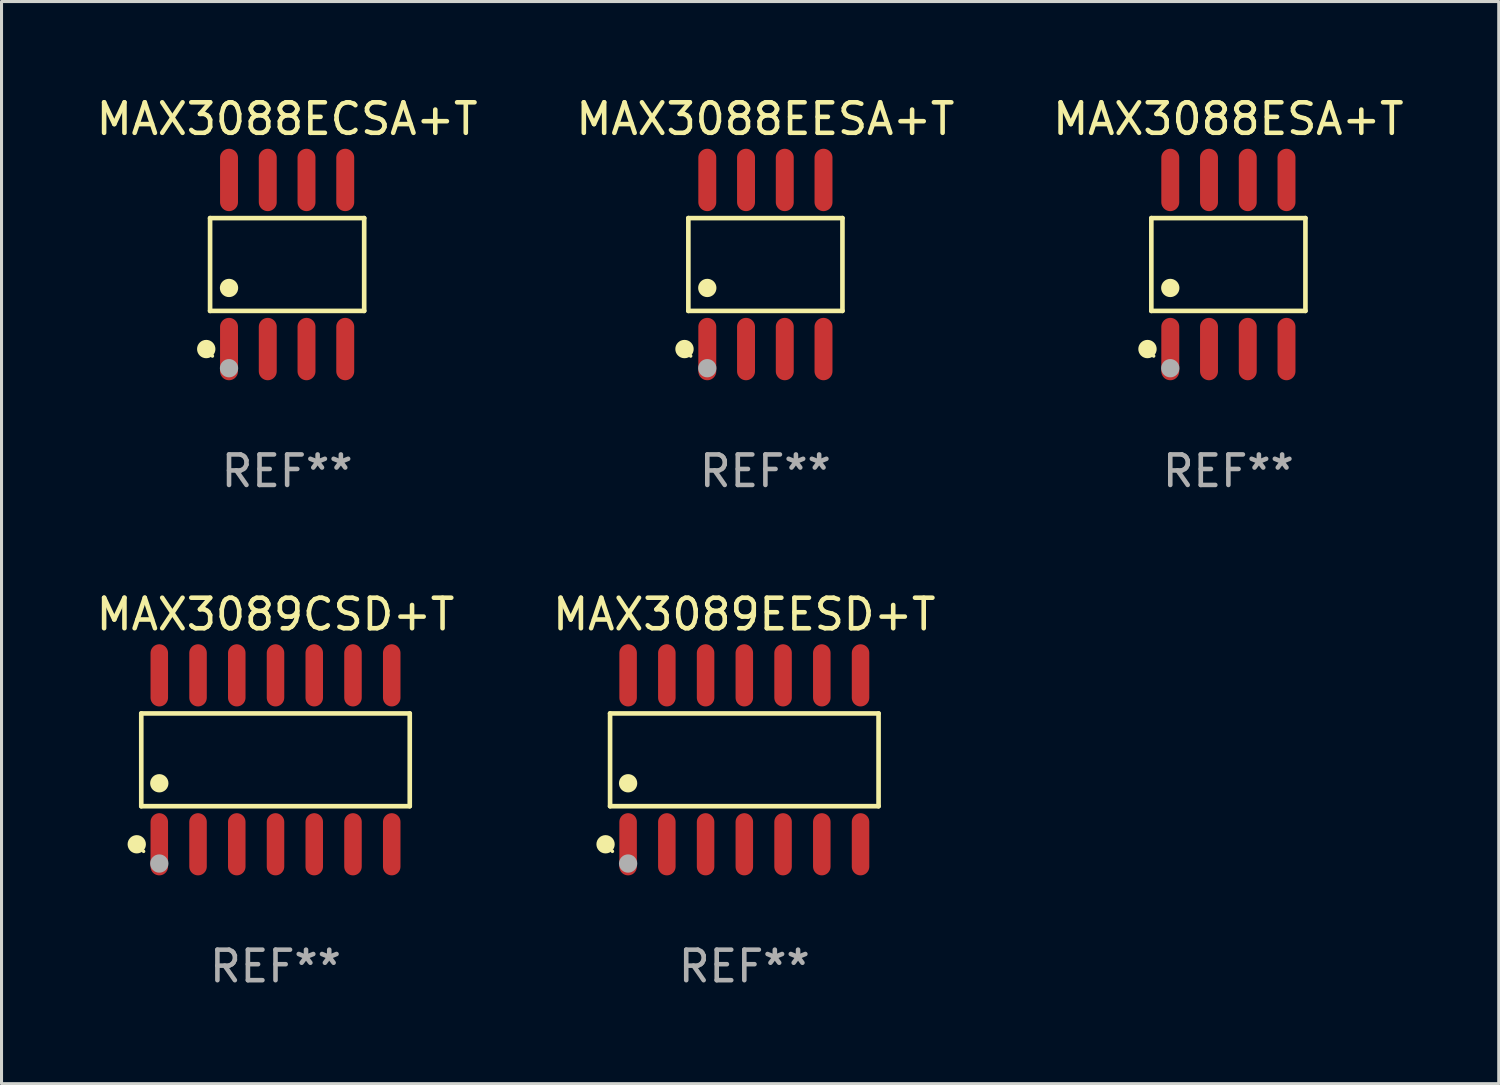
<source format=kicad_pcb>
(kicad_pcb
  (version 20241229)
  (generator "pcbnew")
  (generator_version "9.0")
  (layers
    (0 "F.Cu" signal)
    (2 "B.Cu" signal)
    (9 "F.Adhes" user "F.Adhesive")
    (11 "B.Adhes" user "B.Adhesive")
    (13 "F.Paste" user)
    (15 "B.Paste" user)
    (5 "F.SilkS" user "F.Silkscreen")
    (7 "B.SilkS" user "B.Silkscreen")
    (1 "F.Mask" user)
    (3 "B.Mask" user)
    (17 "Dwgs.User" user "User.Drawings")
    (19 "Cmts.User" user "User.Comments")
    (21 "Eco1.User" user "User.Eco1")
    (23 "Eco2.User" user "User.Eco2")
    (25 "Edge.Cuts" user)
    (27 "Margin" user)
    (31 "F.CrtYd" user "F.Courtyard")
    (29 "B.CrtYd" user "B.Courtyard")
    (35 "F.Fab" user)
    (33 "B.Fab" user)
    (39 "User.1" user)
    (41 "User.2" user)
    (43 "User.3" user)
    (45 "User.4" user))
  (footprint "MAX3088ESA+T"
    (layer "F.Cu")
    (at 37.22 5.621)
    (property "Reference" "MAX3088ESA+T" (at 0 -4.772 0) (layer "F.SilkS") (effects (font (size 1 1) (thickness 0.15))))
    (attr through_hole)
    (fp_line (start -2.526 -1.521) (end 2.526 -1.521) (stroke (width 0.152) (type solid)) (layer "F.SilkS"))
    (fp_line (start -2.526 1.521) (end -2.526 -1.521) (stroke (width 0.152) (type solid)) (layer "F.SilkS"))
    (fp_line (start 2.526 -1.521) (end 2.526 1.521) (stroke (width 0.152) (type solid)) (layer "F.SilkS"))
    (fp_line (start 2.526 1.521) (end -2.526 1.521) (stroke (width 0.152) (type solid)) (layer "F.SilkS"))
    (fp_circle (center -2.652 2.772) (end -2.501 2.772) (stroke (width 0.3) (type solid)) (fill no) (layer "F.SilkS"))
    (fp_circle (center -2.45 3) (end -2.42 3) (stroke (width 0.06) (type solid)) (fill no) (layer "F.SilkS"))
    (fp_circle (center -1.905 0.769) (end -1.755 0.769) (stroke (width 0.3) (type solid)) (fill no) (layer "F.SilkS"))
    (fp_circle (center -1.905 3.4) (end -1.755 3.4) (stroke (width 0.3) (type solid)) (fill no) (layer "F.Fab"))
    (fp_text user "REF**" (at 0 6.772 0) (layer "F.Fab") (effects (font (size 1 1) (thickness 0.15))))
    (pad "1" smd oval (at -1.905 2.772) (size 0.588 2.045) (layers "F.Cu" "F.Mask" "F.Paste"))
    (pad "2" smd oval (at -0.635 2.772) (size 0.588 2.045) (layers "F.Cu" "F.Mask" "F.Paste"))
    (pad "3" smd oval (at 0.635 2.772) (size 0.588 2.045) (layers "F.Cu" "F.Mask" "F.Paste"))
    (pad "4" smd oval (at 1.905 2.772) (size 0.588 2.045) (layers "F.Cu" "F.Mask" "F.Paste"))
    (pad "5" smd oval (at 1.905 -2.772) (size 0.588 2.045) (layers "F.Cu" "F.Mask" "F.Paste"))
    (pad "6" smd oval (at 0.635 -2.772) (size 0.588 2.045) (layers "F.Cu" "F.Mask" "F.Paste"))
    (pad "7" smd oval (at -0.635 -2.772) (size 0.588 2.045) (layers "F.Cu" "F.Mask" "F.Paste"))
    (pad "8" smd oval (at -1.905 -2.772) (size 0.588 2.045) (layers "F.Cu" "F.Mask" "F.Paste")))
  (footprint "MAX3089CSD+T"
    (layer "F.Cu")
    (at 5.982 21.859)
    (property "Reference" "MAX3089CSD+T" (at 0 -4.769 0) (layer "F.SilkS") (effects (font (size 1 1) (thickness 0.15))))
    (attr through_hole)
    (fp_line (start -4.401 -1.521) (end 4.401 -1.521) (stroke (width 0.152) (type solid)) (layer "F.SilkS"))
    (fp_line (start -4.401 1.521) (end -4.401 -1.521) (stroke (width 0.152) (type solid)) (layer "F.SilkS"))
    (fp_line (start 4.401 -1.521) (end 4.401 1.521) (stroke (width 0.152) (type solid)) (layer "F.SilkS"))
    (fp_line (start 4.401 1.521) (end -4.401 1.521) (stroke (width 0.152) (type solid)) (layer "F.SilkS"))
    (fp_circle (center -4.549 2.769) (end -4.399 2.769) (stroke (width 0.3) (type solid)) (fill no) (layer "F.SilkS"))
    (fp_circle (center -4.325 3) (end -4.295 3) (stroke (width 0.06) (type solid)) (fill no) (layer "F.SilkS"))
    (fp_circle (center -3.81 0.769) (end -3.66 0.769) (stroke (width 0.3) (type solid)) (fill no) (layer "F.SilkS"))
    (fp_circle (center -3.81 3.4) (end -3.66 3.4) (stroke (width 0.3) (type solid)) (fill no) (layer "F.Fab"))
    (fp_text user "REF**" (at 0 6.769 0) (layer "F.Fab") (effects (font (size 1 1) (thickness 0.15))))
    (pad "1" smd oval (at -3.81 2.769) (size 0.574 2.038) (layers "F.Cu" "F.Mask" "F.Paste"))
    (pad "2" smd oval (at -2.54 2.769) (size 0.574 2.038) (layers "F.Cu" "F.Mask" "F.Paste"))
    (pad "3" smd oval (at -1.27 2.769) (size 0.574 2.038) (layers "F.Cu" "F.Mask" "F.Paste"))
    (pad "4" smd oval (at 0 2.769) (size 0.574 2.038) (layers "F.Cu" "F.Mask" "F.Paste"))
    (pad "5" smd oval (at 1.27 2.769) (size 0.574 2.038) (layers "F.Cu" "F.Mask" "F.Paste"))
    (pad "6" smd oval (at 2.54 2.769) (size 0.574 2.038) (layers "F.Cu" "F.Mask" "F.Paste"))
    (pad "7" smd oval (at 3.81 2.769) (size 0.574 2.038) (layers "F.Cu" "F.Mask" "F.Paste"))
    (pad "8" smd oval (at 3.81 -2.769) (size 0.574 2.038) (layers "F.Cu" "F.Mask" "F.Paste"))
    (pad "9" smd oval (at 2.54 -2.769) (size 0.574 2.038) (layers "F.Cu" "F.Mask" "F.Paste"))
    (pad "10" smd oval (at 1.27 -2.769) (size 0.574 2.038) (layers "F.Cu" "F.Mask" "F.Paste"))
    (pad "11" smd oval (at 0 -2.769) (size 0.574 2.038) (layers "F.Cu" "F.Mask" "F.Paste"))
    (pad "12" smd oval (at -1.27 -2.769) (size 0.574 2.038) (layers "F.Cu" "F.Mask" "F.Paste"))
    (pad "13" smd oval (at -2.54 -2.769) (size 0.574 2.038) (layers "F.Cu" "F.Mask" "F.Paste"))
    (pad "14" smd oval (at -3.81 -2.769) (size 0.574 2.038) (layers "F.Cu" "F.Mask" "F.Paste")))
  (footprint "MAX3088ECSA+T"
    (layer "F.Cu")
    (at 6.363 5.621)
    (property "Reference" "MAX3088ECSA+T" (at 0 -4.772 0) (layer "F.SilkS") (effects (font (size 1 1) (thickness 0.15))))
    (attr through_hole)
    (fp_line (start -2.526 -1.521) (end 2.526 -1.521) (stroke (width 0.152) (type solid)) (layer "F.SilkS"))
    (fp_line (start -2.526 1.521) (end -2.526 -1.521) (stroke (width 0.152) (type solid)) (layer "F.SilkS"))
    (fp_line (start 2.526 -1.521) (end 2.526 1.521) (stroke (width 0.152) (type solid)) (layer "F.SilkS"))
    (fp_line (start 2.526 1.521) (end -2.526 1.521) (stroke (width 0.152) (type solid)) (layer "F.SilkS"))
    (fp_circle (center -2.652 2.772) (end -2.501 2.772) (stroke (width 0.3) (type solid)) (fill no) (layer "F.SilkS"))
    (fp_circle (center -2.45 3) (end -2.42 3) (stroke (width 0.06) (type solid)) (fill no) (layer "F.SilkS"))
    (fp_circle (center -1.905 0.769) (end -1.755 0.769) (stroke (width 0.3) (type solid)) (fill no) (layer "F.SilkS"))
    (fp_circle (center -1.905 3.4) (end -1.755 3.4) (stroke (width 0.3) (type solid)) (fill no) (layer "F.Fab"))
    (fp_text user "REF**" (at 0 6.772 0) (layer "F.Fab") (effects (font (size 1 1) (thickness 0.15))))
    (pad "1" smd oval (at -1.905 2.772) (size 0.588 2.045) (layers "F.Cu" "F.Mask" "F.Paste"))
    (pad "2" smd oval (at -0.635 2.772) (size 0.588 2.045) (layers "F.Cu" "F.Mask" "F.Paste"))
    (pad "3" smd oval (at 0.635 2.772) (size 0.588 2.045) (layers "F.Cu" "F.Mask" "F.Paste"))
    (pad "4" smd oval (at 1.905 2.772) (size 0.588 2.045) (layers "F.Cu" "F.Mask" "F.Paste"))
    (pad "5" smd oval (at 1.905 -2.772) (size 0.588 2.045) (layers "F.Cu" "F.Mask" "F.Paste"))
    (pad "6" smd oval (at 0.635 -2.772) (size 0.588 2.045) (layers "F.Cu" "F.Mask" "F.Paste"))
    (pad "7" smd oval (at -0.635 -2.772) (size 0.588 2.045) (layers "F.Cu" "F.Mask" "F.Paste"))
    (pad "8" smd oval (at -1.905 -2.772) (size 0.588 2.045) (layers "F.Cu" "F.Mask" "F.Paste")))
  (footprint "MAX3089EESD+T"
    (layer "F.Cu")
    (at 21.351 21.859)
    (property "Reference" "MAX3089EESD+T" (at 0 -4.769 0) (layer "F.SilkS") (effects (font (size 1 1) (thickness 0.15))))
    (attr through_hole)
    (fp_line (start -4.401 -1.521) (end 4.401 -1.521) (stroke (width 0.152) (type solid)) (layer "F.SilkS"))
    (fp_line (start -4.401 1.521) (end -4.401 -1.521) (stroke (width 0.152) (type solid)) (layer "F.SilkS"))
    (fp_line (start 4.401 -1.521) (end 4.401 1.521) (stroke (width 0.152) (type solid)) (layer "F.SilkS"))
    (fp_line (start 4.401 1.521) (end -4.401 1.521) (stroke (width 0.152) (type solid)) (layer "F.SilkS"))
    (fp_circle (center -4.549 2.769) (end -4.399 2.769) (stroke (width 0.3) (type solid)) (fill no) (layer "F.SilkS"))
    (fp_circle (center -4.325 3) (end -4.295 3) (stroke (width 0.06) (type solid)) (fill no) (layer "F.SilkS"))
    (fp_circle (center -3.81 0.769) (end -3.66 0.769) (stroke (width 0.3) (type solid)) (fill no) (layer "F.SilkS"))
    (fp_circle (center -3.81 3.4) (end -3.66 3.4) (stroke (width 0.3) (type solid)) (fill no) (layer "F.Fab"))
    (fp_text user "REF**" (at 0 6.769 0) (layer "F.Fab") (effects (font (size 1 1) (thickness 0.15))))
    (pad "1" smd oval (at -3.81 2.769) (size 0.574 2.038) (layers "F.Cu" "F.Mask" "F.Paste"))
    (pad "2" smd oval (at -2.54 2.769) (size 0.574 2.038) (layers "F.Cu" "F.Mask" "F.Paste"))
    (pad "3" smd oval (at -1.27 2.769) (size 0.574 2.038) (layers "F.Cu" "F.Mask" "F.Paste"))
    (pad "4" smd oval (at 0 2.769) (size 0.574 2.038) (layers "F.Cu" "F.Mask" "F.Paste"))
    (pad "5" smd oval (at 1.27 2.769) (size 0.574 2.038) (layers "F.Cu" "F.Mask" "F.Paste"))
    (pad "6" smd oval (at 2.54 2.769) (size 0.574 2.038) (layers "F.Cu" "F.Mask" "F.Paste"))
    (pad "7" smd oval (at 3.81 2.769) (size 0.574 2.038) (layers "F.Cu" "F.Mask" "F.Paste"))
    (pad "8" smd oval (at 3.81 -2.769) (size 0.574 2.038) (layers "F.Cu" "F.Mask" "F.Paste"))
    (pad "9" smd oval (at 2.54 -2.769) (size 0.574 2.038) (layers "F.Cu" "F.Mask" "F.Paste"))
    (pad "10" smd oval (at 1.27 -2.769) (size 0.574 2.038) (layers "F.Cu" "F.Mask" "F.Paste"))
    (pad "11" smd oval (at 0 -2.769) (size 0.574 2.038) (layers "F.Cu" "F.Mask" "F.Paste"))
    (pad "12" smd oval (at -1.27 -2.769) (size 0.574 2.038) (layers "F.Cu" "F.Mask" "F.Paste"))
    (pad "13" smd oval (at -2.54 -2.769) (size 0.574 2.038) (layers "F.Cu" "F.Mask" "F.Paste"))
    (pad "14" smd oval (at -3.81 -2.769) (size 0.574 2.038) (layers "F.Cu" "F.Mask" "F.Paste")))
  (footprint "MAX3088EESA+T"
    (layer "F.Cu")
    (at 22.042 5.621)
    (property "Reference" "MAX3088EESA+T" (at 0 -4.772 0) (layer "F.SilkS") (effects (font (size 1 1) (thickness 0.15))))
    (attr through_hole)
    (fp_line (start -2.526 -1.521) (end 2.526 -1.521) (stroke (width 0.152) (type solid)) (layer "F.SilkS"))
    (fp_line (start -2.526 1.521) (end -2.526 -1.521) (stroke (width 0.152) (type solid)) (layer "F.SilkS"))
    (fp_line (start 2.526 -1.521) (end 2.526 1.521) (stroke (width 0.152) (type solid)) (layer "F.SilkS"))
    (fp_line (start 2.526 1.521) (end -2.526 1.521) (stroke (width 0.152) (type solid)) (layer "F.SilkS"))
    (fp_circle (center -2.652 2.772) (end -2.501 2.772) (stroke (width 0.3) (type solid)) (fill no) (layer "F.SilkS"))
    (fp_circle (center -2.45 3) (end -2.42 3) (stroke (width 0.06) (type solid)) (fill no) (layer "F.SilkS"))
    (fp_circle (center -1.905 0.769) (end -1.755 0.769) (stroke (width 0.3) (type solid)) (fill no) (layer "F.SilkS"))
    (fp_circle (center -1.905 3.4) (end -1.755 3.4) (stroke (width 0.3) (type solid)) (fill no) (layer "F.Fab"))
    (fp_text user "REF**" (at 0 6.772 0) (layer "F.Fab") (effects (font (size 1 1) (thickness 0.15))))
    (pad "1" smd oval (at -1.905 2.772) (size 0.588 2.045) (layers "F.Cu" "F.Mask" "F.Paste"))
    (pad "2" smd oval (at -0.635 2.772) (size 0.588 2.045) (layers "F.Cu" "F.Mask" "F.Paste"))
    (pad "3" smd oval (at 0.635 2.772) (size 0.588 2.045) (layers "F.Cu" "F.Mask" "F.Paste"))
    (pad "4" smd oval (at 1.905 2.772) (size 0.588 2.045) (layers "F.Cu" "F.Mask" "F.Paste"))
    (pad "5" smd oval (at 1.905 -2.772) (size 0.588 2.045) (layers "F.Cu" "F.Mask" "F.Paste"))
    (pad "6" smd oval (at 0.635 -2.772) (size 0.588 2.045) (layers "F.Cu" "F.Mask" "F.Paste"))
    (pad "7" smd oval (at -0.635 -2.772) (size 0.588 2.045) (layers "F.Cu" "F.Mask" "F.Paste"))
    (pad "8" smd oval (at -1.905 -2.772) (size 0.588 2.045) (layers "F.Cu" "F.Mask" "F.Paste")))
  (gr_rect
    (start -3 -3)
    (end 46.083 32.476)
    (stroke (width 0.1) (type default))
    (fill no)
    (layer "Edge.Cuts")))
</source>
